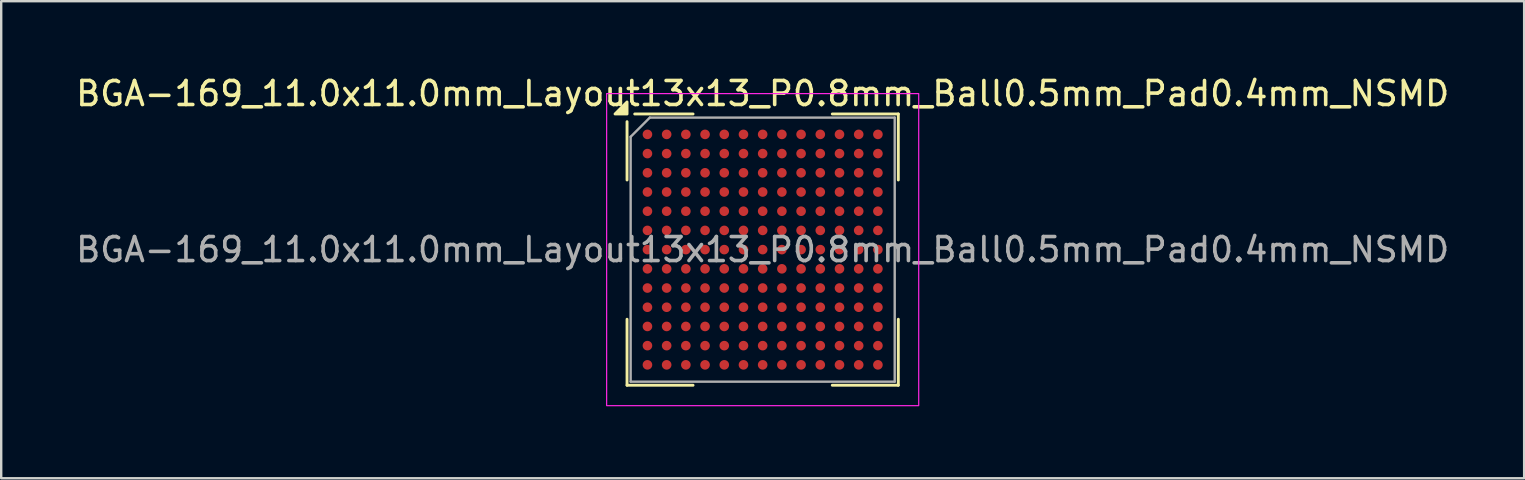
<source format=kicad_pcb>
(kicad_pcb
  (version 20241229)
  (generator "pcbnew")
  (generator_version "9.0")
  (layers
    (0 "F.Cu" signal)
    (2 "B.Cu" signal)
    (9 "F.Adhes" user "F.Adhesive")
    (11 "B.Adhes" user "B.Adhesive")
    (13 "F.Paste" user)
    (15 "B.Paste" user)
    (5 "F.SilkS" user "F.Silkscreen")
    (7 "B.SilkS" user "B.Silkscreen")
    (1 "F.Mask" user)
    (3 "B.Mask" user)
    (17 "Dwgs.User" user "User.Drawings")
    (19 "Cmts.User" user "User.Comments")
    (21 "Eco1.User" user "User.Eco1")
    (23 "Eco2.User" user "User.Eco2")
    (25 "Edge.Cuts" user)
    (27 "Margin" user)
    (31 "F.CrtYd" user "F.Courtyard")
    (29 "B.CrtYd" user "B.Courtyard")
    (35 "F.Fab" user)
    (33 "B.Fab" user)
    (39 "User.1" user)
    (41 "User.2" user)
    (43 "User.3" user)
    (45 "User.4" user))
  (footprint "BGA-169_11.0x11.0mm_Layout13x13_P0.8mm_Ball0.5mm_Pad0.4mm_NSMD"
    (layer "F.Cu")
    (at 28.72 7.348)
    (property "Reference" "BGA-169_11.0x11.0mm_Layout13x13_P0.8mm_Ball0.5mm_Pad0.4mm_NSMD" (at 0 -6.5 0) (layer "F.SilkS") (effects (font (size 1 1) (thickness 0.15))))
    (attr smd)
    (fp_line (start -5.65 -5.33) (end -5.65 -2.9) (stroke (width 0.12) (type solid)) (layer "F.SilkS"))
    (fp_line (start -5.65 5.65) (end -5.65 2.9) (stroke (width 0.12) (type solid)) (layer "F.SilkS"))
    (fp_line (start -2.9 -5.65) (end -5.33 -5.65) (stroke (width 0.12) (type solid)) (layer "F.SilkS"))
    (fp_line (start -2.9 5.65) (end -5.65 5.65) (stroke (width 0.12) (type solid)) (layer "F.SilkS"))
    (fp_line (start 2.9 -5.65) (end 5.65 -5.65) (stroke (width 0.12) (type solid)) (layer "F.SilkS"))
    (fp_line (start 2.9 5.65) (end 5.65 5.65) (stroke (width 0.12) (type solid)) (layer "F.SilkS"))
    (fp_line (start 5.65 -5.65) (end 5.65 -2.9) (stroke (width 0.12) (type solid)) (layer "F.SilkS"))
    (fp_line (start 5.65 5.65) (end 5.65 2.9) (stroke (width 0.12) (type solid)) (layer "F.SilkS"))
    (fp_poly (pts (xy -5.65 -5.65) (xy -6.15 -5.65) (xy -5.65 -6.15) (xy -5.65 -5.65)) (stroke (width 0.12) (type solid)) (fill yes) (layer "F.SilkS"))
    (fp_rect (start 6.5 6.5) (end -6.5 -6.5) (stroke (width 0.05) (type solid)) (fill no) (layer "F.CrtYd"))
    (fp_line (start -5.5 -4.7) (end -5.5 5.5) (stroke (width 0.1) (type solid)) (layer "F.Fab"))
    (fp_line (start -5.5 5.5) (end 5.5 5.5) (stroke (width 0.1) (type solid)) (layer "F.Fab"))
    (fp_line (start -4.7 -5.5) (end -5.5 -4.7) (stroke (width 0.1) (type solid)) (layer "F.Fab"))
    (fp_line (start 5.5 -5.5) (end -4.7 -5.5) (stroke (width 0.1) (type solid)) (layer "F.Fab"))
    (fp_line (start 5.5 5.5) (end 5.5 -5.5) (stroke (width 0.1) (type solid)) (layer "F.Fab"))
    (fp_text user "${REFERENCE}" (at 0 0 0) (layer "F.Fab") (effects (font (size 1 1) (thickness 0.15))))
    (pad "A1" smd circle (at -4.8 -4.8) (size 0.4 0.4) (property pad_prop_bga) (layers "F.Cu" "F.Mask" "F.Paste"))
    (pad "A2" smd circle (at -4 -4.8) (size 0.4 0.4) (property pad_prop_bga) (layers "F.Cu" "F.Mask" "F.Paste"))
    (pad "A3" smd circle (at -3.2 -4.8) (size 0.4 0.4) (property pad_prop_bga) (layers "F.Cu" "F.Mask" "F.Paste"))
    (pad "A4" smd circle (at -2.4 -4.8) (size 0.4 0.4) (property pad_prop_bga) (layers "F.Cu" "F.Mask" "F.Paste"))
    (pad "A5" smd circle (at -1.6 -4.8) (size 0.4 0.4) (property pad_prop_bga) (layers "F.Cu" "F.Mask" "F.Paste"))
    (pad "A6" smd circle (at -0.8 -4.8) (size 0.4 0.4) (property pad_prop_bga) (layers "F.Cu" "F.Mask" "F.Paste"))
    (pad "A7" smd circle (at 0 -4.8) (size 0.4 0.4) (property pad_prop_bga) (layers "F.Cu" "F.Mask" "F.Paste"))
    (pad "A8" smd circle (at 0.8 -4.8) (size 0.4 0.4) (property pad_prop_bga) (layers "F.Cu" "F.Mask" "F.Paste"))
    (pad "A9" smd circle (at 1.6 -4.8) (size 0.4 0.4) (property pad_prop_bga) (layers "F.Cu" "F.Mask" "F.Paste"))
    (pad "A10" smd circle (at 2.4 -4.8) (size 0.4 0.4) (property pad_prop_bga) (layers "F.Cu" "F.Mask" "F.Paste"))
    (pad "A11" smd circle (at 3.2 -4.8) (size 0.4 0.4) (property pad_prop_bga) (layers "F.Cu" "F.Mask" "F.Paste"))
    (pad "A12" smd circle (at 4 -4.8) (size 0.4 0.4) (property pad_prop_bga) (layers "F.Cu" "F.Mask" "F.Paste"))
    (pad "A13" smd circle (at 4.8 -4.8) (size 0.4 0.4) (property pad_prop_bga) (layers "F.Cu" "F.Mask" "F.Paste"))
    (pad "B1" smd circle (at -4.8 -4) (size 0.4 0.4) (property pad_prop_bga) (layers "F.Cu" "F.Mask" "F.Paste"))
    (pad "B2" smd circle (at -4 -4) (size 0.4 0.4) (property pad_prop_bga) (layers "F.Cu" "F.Mask" "F.Paste"))
    (pad "B3" smd circle (at -3.2 -4) (size 0.4 0.4) (property pad_prop_bga) (layers "F.Cu" "F.Mask" "F.Paste"))
    (pad "B4" smd circle (at -2.4 -4) (size 0.4 0.4) (property pad_prop_bga) (layers "F.Cu" "F.Mask" "F.Paste"))
    (pad "B5" smd circle (at -1.6 -4) (size 0.4 0.4) (property pad_prop_bga) (layers "F.Cu" "F.Mask" "F.Paste"))
    (pad "B6" smd circle (at -0.8 -4) (size 0.4 0.4) (property pad_prop_bga) (layers "F.Cu" "F.Mask" "F.Paste"))
    (pad "B7" smd circle (at 0 -4) (size 0.4 0.4) (property pad_prop_bga) (layers "F.Cu" "F.Mask" "F.Paste"))
    (pad "B8" smd circle (at 0.8 -4) (size 0.4 0.4) (property pad_prop_bga) (layers "F.Cu" "F.Mask" "F.Paste"))
    (pad "B9" smd circle (at 1.6 -4) (size 0.4 0.4) (property pad_prop_bga) (layers "F.Cu" "F.Mask" "F.Paste"))
    (pad "B10" smd circle (at 2.4 -4) (size 0.4 0.4) (property pad_prop_bga) (layers "F.Cu" "F.Mask" "F.Paste"))
    (pad "B11" smd circle (at 3.2 -4) (size 0.4 0.4) (property pad_prop_bga) (layers "F.Cu" "F.Mask" "F.Paste"))
    (pad "B12" smd circle (at 4 -4) (size 0.4 0.4) (property pad_prop_bga) (layers "F.Cu" "F.Mask" "F.Paste"))
    (pad "B13" smd circle (at 4.8 -4) (size 0.4 0.4) (property pad_prop_bga) (layers "F.Cu" "F.Mask" "F.Paste"))
    (pad "C1" smd circle (at -4.8 -3.2) (size 0.4 0.4) (property pad_prop_bga) (layers "F.Cu" "F.Mask" "F.Paste"))
    (pad "C2" smd circle (at -4 -3.2) (size 0.4 0.4) (property pad_prop_bga) (layers "F.Cu" "F.Mask" "F.Paste"))
    (pad "C3" smd circle (at -3.2 -3.2) (size 0.4 0.4) (property pad_prop_bga) (layers "F.Cu" "F.Mask" "F.Paste"))
    (pad "C4" smd circle (at -2.4 -3.2) (size 0.4 0.4) (property pad_prop_bga) (layers "F.Cu" "F.Mask" "F.Paste"))
    (pad "C5" smd circle (at -1.6 -3.2) (size 0.4 0.4) (property pad_prop_bga) (layers "F.Cu" "F.Mask" "F.Paste"))
    (pad "C6" smd circle (at -0.8 -3.2) (size 0.4 0.4) (property pad_prop_bga) (layers "F.Cu" "F.Mask" "F.Paste"))
    (pad "C7" smd circle (at 0 -3.2) (size 0.4 0.4) (property pad_prop_bga) (layers "F.Cu" "F.Mask" "F.Paste"))
    (pad "C8" smd circle (at 0.8 -3.2) (size 0.4 0.4) (property pad_prop_bga) (layers "F.Cu" "F.Mask" "F.Paste"))
    (pad "C9" smd circle (at 1.6 -3.2) (size 0.4 0.4) (property pad_prop_bga) (layers "F.Cu" "F.Mask" "F.Paste"))
    (pad "C10" smd circle (at 2.4 -3.2) (size 0.4 0.4) (property pad_prop_bga) (layers "F.Cu" "F.Mask" "F.Paste"))
    (pad "C11" smd circle (at 3.2 -3.2) (size 0.4 0.4) (property pad_prop_bga) (layers "F.Cu" "F.Mask" "F.Paste"))
    (pad "C12" smd circle (at 4 -3.2) (size 0.4 0.4) (property pad_prop_bga) (layers "F.Cu" "F.Mask" "F.Paste"))
    (pad "C13" smd circle (at 4.8 -3.2) (size 0.4 0.4) (property pad_prop_bga) (layers "F.Cu" "F.Mask" "F.Paste"))
    (pad "D1" smd circle (at -4.8 -2.4) (size 0.4 0.4) (property pad_prop_bga) (layers "F.Cu" "F.Mask" "F.Paste"))
    (pad "D2" smd circle (at -4 -2.4) (size 0.4 0.4) (property pad_prop_bga) (layers "F.Cu" "F.Mask" "F.Paste"))
    (pad "D3" smd circle (at -3.2 -2.4) (size 0.4 0.4) (property pad_prop_bga) (layers "F.Cu" "F.Mask" "F.Paste"))
    (pad "D4" smd circle (at -2.4 -2.4) (size 0.4 0.4) (property pad_prop_bga) (layers "F.Cu" "F.Mask" "F.Paste"))
    (pad "D5" smd circle (at -1.6 -2.4) (size 0.4 0.4) (property pad_prop_bga) (layers "F.Cu" "F.Mask" "F.Paste"))
    (pad "D6" smd circle (at -0.8 -2.4) (size 0.4 0.4) (property pad_prop_bga) (layers "F.Cu" "F.Mask" "F.Paste"))
    (pad "D7" smd circle (at 0 -2.4) (size 0.4 0.4) (property pad_prop_bga) (layers "F.Cu" "F.Mask" "F.Paste"))
    (pad "D8" smd circle (at 0.8 -2.4) (size 0.4 0.4) (property pad_prop_bga) (layers "F.Cu" "F.Mask" "F.Paste"))
    (pad "D9" smd circle (at 1.6 -2.4) (size 0.4 0.4) (property pad_prop_bga) (layers "F.Cu" "F.Mask" "F.Paste"))
    (pad "D10" smd circle (at 2.4 -2.4) (size 0.4 0.4) (property pad_prop_bga) (layers "F.Cu" "F.Mask" "F.Paste"))
    (pad "D11" smd circle (at 3.2 -2.4) (size 0.4 0.4) (property pad_prop_bga) (layers "F.Cu" "F.Mask" "F.Paste"))
    (pad "D12" smd circle (at 4 -2.4) (size 0.4 0.4) (property pad_prop_bga) (layers "F.Cu" "F.Mask" "F.Paste"))
    (pad "D13" smd circle (at 4.8 -2.4) (size 0.4 0.4) (property pad_prop_bga) (layers "F.Cu" "F.Mask" "F.Paste"))
    (pad "E1" smd circle (at -4.8 -1.6) (size 0.4 0.4) (property pad_prop_bga) (layers "F.Cu" "F.Mask" "F.Paste"))
    (pad "E2" smd circle (at -4 -1.6) (size 0.4 0.4) (property pad_prop_bga) (layers "F.Cu" "F.Mask" "F.Paste"))
    (pad "E3" smd circle (at -3.2 -1.6) (size 0.4 0.4) (property pad_prop_bga) (layers "F.Cu" "F.Mask" "F.Paste"))
    (pad "E4" smd circle (at -2.4 -1.6) (size 0.4 0.4) (property pad_prop_bga) (layers "F.Cu" "F.Mask" "F.Paste"))
    (pad "E5" smd circle (at -1.6 -1.6) (size 0.4 0.4) (property pad_prop_bga) (layers "F.Cu" "F.Mask" "F.Paste"))
    (pad "E6" smd circle (at -0.8 -1.6) (size 0.4 0.4) (property pad_prop_bga) (layers "F.Cu" "F.Mask" "F.Paste"))
    (pad "E7" smd circle (at 0 -1.6) (size 0.4 0.4) (property pad_prop_bga) (layers "F.Cu" "F.Mask" "F.Paste"))
    (pad "E8" smd circle (at 0.8 -1.6) (size 0.4 0.4) (property pad_prop_bga) (layers "F.Cu" "F.Mask" "F.Paste"))
    (pad "E9" smd circle (at 1.6 -1.6) (size 0.4 0.4) (property pad_prop_bga) (layers "F.Cu" "F.Mask" "F.Paste"))
    (pad "E10" smd circle (at 2.4 -1.6) (size 0.4 0.4) (property pad_prop_bga) (layers "F.Cu" "F.Mask" "F.Paste"))
    (pad "E11" smd circle (at 3.2 -1.6) (size 0.4 0.4) (property pad_prop_bga) (layers "F.Cu" "F.Mask" "F.Paste"))
    (pad "E12" smd circle (at 4 -1.6) (size 0.4 0.4) (property pad_prop_bga) (layers "F.Cu" "F.Mask" "F.Paste"))
    (pad "E13" smd circle (at 4.8 -1.6) (size 0.4 0.4) (property pad_prop_bga) (layers "F.Cu" "F.Mask" "F.Paste"))
    (pad "F1" smd circle (at -4.8 -0.8) (size 0.4 0.4) (property pad_prop_bga) (layers "F.Cu" "F.Mask" "F.Paste"))
    (pad "F2" smd circle (at -4 -0.8) (size 0.4 0.4) (property pad_prop_bga) (layers "F.Cu" "F.Mask" "F.Paste"))
    (pad "F3" smd circle (at -3.2 -0.8) (size 0.4 0.4) (property pad_prop_bga) (layers "F.Cu" "F.Mask" "F.Paste"))
    (pad "F4" smd circle (at -2.4 -0.8) (size 0.4 0.4) (property pad_prop_bga) (layers "F.Cu" "F.Mask" "F.Paste"))
    (pad "F5" smd circle (at -1.6 -0.8) (size 0.4 0.4) (property pad_prop_bga) (layers "F.Cu" "F.Mask" "F.Paste"))
    (pad "F6" smd circle (at -0.8 -0.8) (size 0.4 0.4) (property pad_prop_bga) (layers "F.Cu" "F.Mask" "F.Paste"))
    (pad "F7" smd circle (at 0 -0.8) (size 0.4 0.4) (property pad_prop_bga) (layers "F.Cu" "F.Mask" "F.Paste"))
    (pad "F8" smd circle (at 0.8 -0.8) (size 0.4 0.4) (property pad_prop_bga) (layers "F.Cu" "F.Mask" "F.Paste"))
    (pad "F9" smd circle (at 1.6 -0.8) (size 0.4 0.4) (property pad_prop_bga) (layers "F.Cu" "F.Mask" "F.Paste"))
    (pad "F10" smd circle (at 2.4 -0.8) (size 0.4 0.4) (property pad_prop_bga) (layers "F.Cu" "F.Mask" "F.Paste"))
    (pad "F11" smd circle (at 3.2 -0.8) (size 0.4 0.4) (property pad_prop_bga) (layers "F.Cu" "F.Mask" "F.Paste"))
    (pad "F12" smd circle (at 4 -0.8) (size 0.4 0.4) (property pad_prop_bga) (layers "F.Cu" "F.Mask" "F.Paste"))
    (pad "F13" smd circle (at 4.8 -0.8) (size 0.4 0.4) (property pad_prop_bga) (layers "F.Cu" "F.Mask" "F.Paste"))
    (pad "G1" smd circle (at -4.8 0) (size 0.4 0.4) (property pad_prop_bga) (layers "F.Cu" "F.Mask" "F.Paste"))
    (pad "G2" smd circle (at -4 0) (size 0.4 0.4) (property pad_prop_bga) (layers "F.Cu" "F.Mask" "F.Paste"))
    (pad "G3" smd circle (at -3.2 0) (size 0.4 0.4) (property pad_prop_bga) (layers "F.Cu" "F.Mask" "F.Paste"))
    (pad "G4" smd circle (at -2.4 0) (size 0.4 0.4) (property pad_prop_bga) (layers "F.Cu" "F.Mask" "F.Paste"))
    (pad "G5" smd circle (at -1.6 0) (size 0.4 0.4) (property pad_prop_bga) (layers "F.Cu" "F.Mask" "F.Paste"))
    (pad "G6" smd circle (at -0.8 0) (size 0.4 0.4) (property pad_prop_bga) (layers "F.Cu" "F.Mask" "F.Paste"))
    (pad "G7" smd circle (at 0 0) (size 0.4 0.4) (property pad_prop_bga) (layers "F.Cu" "F.Mask" "F.Paste"))
    (pad "G8" smd circle (at 0.8 0) (size 0.4 0.4) (property pad_prop_bga) (layers "F.Cu" "F.Mask" "F.Paste"))
    (pad "G9" smd circle (at 1.6 0) (size 0.4 0.4) (property pad_prop_bga) (layers "F.Cu" "F.Mask" "F.Paste"))
    (pad "G10" smd circle (at 2.4 0) (size 0.4 0.4) (property pad_prop_bga) (layers "F.Cu" "F.Mask" "F.Paste"))
    (pad "G11" smd circle (at 3.2 0) (size 0.4 0.4) (property pad_prop_bga) (layers "F.Cu" "F.Mask" "F.Paste"))
    (pad "G12" smd circle (at 4 0) (size 0.4 0.4) (property pad_prop_bga) (layers "F.Cu" "F.Mask" "F.Paste"))
    (pad "G13" smd circle (at 4.8 0) (size 0.4 0.4) (property pad_prop_bga) (layers "F.Cu" "F.Mask" "F.Paste"))
    (pad "H1" smd circle (at -4.8 0.8) (size 0.4 0.4) (property pad_prop_bga) (layers "F.Cu" "F.Mask" "F.Paste"))
    (pad "H2" smd circle (at -4 0.8) (size 0.4 0.4) (property pad_prop_bga) (layers "F.Cu" "F.Mask" "F.Paste"))
    (pad "H3" smd circle (at -3.2 0.8) (size 0.4 0.4) (property pad_prop_bga) (layers "F.Cu" "F.Mask" "F.Paste"))
    (pad "H4" smd circle (at -2.4 0.8) (size 0.4 0.4) (property pad_prop_bga) (layers "F.Cu" "F.Mask" "F.Paste"))
    (pad "H5" smd circle (at -1.6 0.8) (size 0.4 0.4) (property pad_prop_bga) (layers "F.Cu" "F.Mask" "F.Paste"))
    (pad "H6" smd circle (at -0.8 0.8) (size 0.4 0.4) (property pad_prop_bga) (layers "F.Cu" "F.Mask" "F.Paste"))
    (pad "H7" smd circle (at 0 0.8) (size 0.4 0.4) (property pad_prop_bga) (layers "F.Cu" "F.Mask" "F.Paste"))
    (pad "H8" smd circle (at 0.8 0.8) (size 0.4 0.4) (property pad_prop_bga) (layers "F.Cu" "F.Mask" "F.Paste"))
    (pad "H9" smd circle (at 1.6 0.8) (size 0.4 0.4) (property pad_prop_bga) (layers "F.Cu" "F.Mask" "F.Paste"))
    (pad "H10" smd circle (at 2.4 0.8) (size 0.4 0.4) (property pad_prop_bga) (layers "F.Cu" "F.Mask" "F.Paste"))
    (pad "H11" smd circle (at 3.2 0.8) (size 0.4 0.4) (property pad_prop_bga) (layers "F.Cu" "F.Mask" "F.Paste"))
    (pad "H12" smd circle (at 4 0.8) (size 0.4 0.4) (property pad_prop_bga) (layers "F.Cu" "F.Mask" "F.Paste"))
    (pad "H13" smd circle (at 4.8 0.8) (size 0.4 0.4) (property pad_prop_bga) (layers "F.Cu" "F.Mask" "F.Paste"))
    (pad "J1" smd circle (at -4.8 1.6) (size 0.4 0.4) (property pad_prop_bga) (layers "F.Cu" "F.Mask" "F.Paste"))
    (pad "J2" smd circle (at -4 1.6) (size 0.4 0.4) (property pad_prop_bga) (layers "F.Cu" "F.Mask" "F.Paste"))
    (pad "J3" smd circle (at -3.2 1.6) (size 0.4 0.4) (property pad_prop_bga) (layers "F.Cu" "F.Mask" "F.Paste"))
    (pad "J4" smd circle (at -2.4 1.6) (size 0.4 0.4) (property pad_prop_bga) (layers "F.Cu" "F.Mask" "F.Paste"))
    (pad "J5" smd circle (at -1.6 1.6) (size 0.4 0.4) (property pad_prop_bga) (layers "F.Cu" "F.Mask" "F.Paste"))
    (pad "J6" smd circle (at -0.8 1.6) (size 0.4 0.4) (property pad_prop_bga) (layers "F.Cu" "F.Mask" "F.Paste"))
    (pad "J7" smd circle (at 0 1.6) (size 0.4 0.4) (property pad_prop_bga) (layers "F.Cu" "F.Mask" "F.Paste"))
    (pad "J8" smd circle (at 0.8 1.6) (size 0.4 0.4) (property pad_prop_bga) (layers "F.Cu" "F.Mask" "F.Paste"))
    (pad "J9" smd circle (at 1.6 1.6) (size 0.4 0.4) (property pad_prop_bga) (layers "F.Cu" "F.Mask" "F.Paste"))
    (pad "J10" smd circle (at 2.4 1.6) (size 0.4 0.4) (property pad_prop_bga) (layers "F.Cu" "F.Mask" "F.Paste"))
    (pad "J11" smd circle (at 3.2 1.6) (size 0.4 0.4) (property pad_prop_bga) (layers "F.Cu" "F.Mask" "F.Paste"))
    (pad "J12" smd circle (at 4 1.6) (size 0.4 0.4) (property pad_prop_bga) (layers "F.Cu" "F.Mask" "F.Paste"))
    (pad "J13" smd circle (at 4.8 1.6) (size 0.4 0.4) (property pad_prop_bga) (layers "F.Cu" "F.Mask" "F.Paste"))
    (pad "K1" smd circle (at -4.8 2.4) (size 0.4 0.4) (property pad_prop_bga) (layers "F.Cu" "F.Mask" "F.Paste"))
    (pad "K2" smd circle (at -4 2.4) (size 0.4 0.4) (property pad_prop_bga) (layers "F.Cu" "F.Mask" "F.Paste"))
    (pad "K3" smd circle (at -3.2 2.4) (size 0.4 0.4) (property pad_prop_bga) (layers "F.Cu" "F.Mask" "F.Paste"))
    (pad "K4" smd circle (at -2.4 2.4) (size 0.4 0.4) (property pad_prop_bga) (layers "F.Cu" "F.Mask" "F.Paste"))
    (pad "K5" smd circle (at -1.6 2.4) (size 0.4 0.4) (property pad_prop_bga) (layers "F.Cu" "F.Mask" "F.Paste"))
    (pad "K6" smd circle (at -0.8 2.4) (size 0.4 0.4) (property pad_prop_bga) (layers "F.Cu" "F.Mask" "F.Paste"))
    (pad "K7" smd circle (at 0 2.4) (size 0.4 0.4) (property pad_prop_bga) (layers "F.Cu" "F.Mask" "F.Paste"))
    (pad "K8" smd circle (at 0.8 2.4) (size 0.4 0.4) (property pad_prop_bga) (layers "F.Cu" "F.Mask" "F.Paste"))
    (pad "K9" smd circle (at 1.6 2.4) (size 0.4 0.4) (property pad_prop_bga) (layers "F.Cu" "F.Mask" "F.Paste"))
    (pad "K10" smd circle (at 2.4 2.4) (size 0.4 0.4) (property pad_prop_bga) (layers "F.Cu" "F.Mask" "F.Paste"))
    (pad "K11" smd circle (at 3.2 2.4) (size 0.4 0.4) (property pad_prop_bga) (layers "F.Cu" "F.Mask" "F.Paste"))
    (pad "K12" smd circle (at 4 2.4) (size 0.4 0.4) (property pad_prop_bga) (layers "F.Cu" "F.Mask" "F.Paste"))
    (pad "K13" smd circle (at 4.8 2.4) (size 0.4 0.4) (property pad_prop_bga) (layers "F.Cu" "F.Mask" "F.Paste"))
    (pad "L1" smd circle (at -4.8 3.2) (size 0.4 0.4) (property pad_prop_bga) (layers "F.Cu" "F.Mask" "F.Paste"))
    (pad "L2" smd circle (at -4 3.2) (size 0.4 0.4) (property pad_prop_bga) (layers "F.Cu" "F.Mask" "F.Paste"))
    (pad "L3" smd circle (at -3.2 3.2) (size 0.4 0.4) (property pad_prop_bga) (layers "F.Cu" "F.Mask" "F.Paste"))
    (pad "L4" smd circle (at -2.4 3.2) (size 0.4 0.4) (property pad_prop_bga) (layers "F.Cu" "F.Mask" "F.Paste"))
    (pad "L5" smd circle (at -1.6 3.2) (size 0.4 0.4) (property pad_prop_bga) (layers "F.Cu" "F.Mask" "F.Paste"))
    (pad "L6" smd circle (at -0.8 3.2) (size 0.4 0.4) (property pad_prop_bga) (layers "F.Cu" "F.Mask" "F.Paste"))
    (pad "L7" smd circle (at 0 3.2) (size 0.4 0.4) (property pad_prop_bga) (layers "F.Cu" "F.Mask" "F.Paste"))
    (pad "L8" smd circle (at 0.8 3.2) (size 0.4 0.4) (property pad_prop_bga) (layers "F.Cu" "F.Mask" "F.Paste"))
    (pad "L9" smd circle (at 1.6 3.2) (size 0.4 0.4) (property pad_prop_bga) (layers "F.Cu" "F.Mask" "F.Paste"))
    (pad "L10" smd circle (at 2.4 3.2) (size 0.4 0.4) (property pad_prop_bga) (layers "F.Cu" "F.Mask" "F.Paste"))
    (pad "L11" smd circle (at 3.2 3.2) (size 0.4 0.4) (property pad_prop_bga) (layers "F.Cu" "F.Mask" "F.Paste"))
    (pad "L12" smd circle (at 4 3.2) (size 0.4 0.4) (property pad_prop_bga) (layers "F.Cu" "F.Mask" "F.Paste"))
    (pad "L13" smd circle (at 4.8 3.2) (size 0.4 0.4) (property pad_prop_bga) (layers "F.Cu" "F.Mask" "F.Paste"))
    (pad "M1" smd circle (at -4.8 4) (size 0.4 0.4) (property pad_prop_bga) (layers "F.Cu" "F.Mask" "F.Paste"))
    (pad "M2" smd circle (at -4 4) (size 0.4 0.4) (property pad_prop_bga) (layers "F.Cu" "F.Mask" "F.Paste"))
    (pad "M3" smd circle (at -3.2 4) (size 0.4 0.4) (property pad_prop_bga) (layers "F.Cu" "F.Mask" "F.Paste"))
    (pad "M4" smd circle (at -2.4 4) (size 0.4 0.4) (property pad_prop_bga) (layers "F.Cu" "F.Mask" "F.Paste"))
    (pad "M5" smd circle (at -1.6 4) (size 0.4 0.4) (property pad_prop_bga) (layers "F.Cu" "F.Mask" "F.Paste"))
    (pad "M6" smd circle (at -0.8 4) (size 0.4 0.4) (property pad_prop_bga) (layers "F.Cu" "F.Mask" "F.Paste"))
    (pad "M7" smd circle (at 0 4) (size 0.4 0.4) (property pad_prop_bga) (layers "F.Cu" "F.Mask" "F.Paste"))
    (pad "M8" smd circle (at 0.8 4) (size 0.4 0.4) (property pad_prop_bga) (layers "F.Cu" "F.Mask" "F.Paste"))
    (pad "M9" smd circle (at 1.6 4) (size 0.4 0.4) (property pad_prop_bga) (layers "F.Cu" "F.Mask" "F.Paste"))
    (pad "M10" smd circle (at 2.4 4) (size 0.4 0.4) (property pad_prop_bga) (layers "F.Cu" "F.Mask" "F.Paste"))
    (pad "M11" smd circle (at 3.2 4) (size 0.4 0.4) (property pad_prop_bga) (layers "F.Cu" "F.Mask" "F.Paste"))
    (pad "M12" smd circle (at 4 4) (size 0.4 0.4) (property pad_prop_bga) (layers "F.Cu" "F.Mask" "F.Paste"))
    (pad "M13" smd circle (at 4.8 4) (size 0.4 0.4) (property pad_prop_bga) (layers "F.Cu" "F.Mask" "F.Paste"))
    (pad "N1" smd circle (at -4.8 4.8) (size 0.4 0.4) (property pad_prop_bga) (layers "F.Cu" "F.Mask" "F.Paste"))
    (pad "N2" smd circle (at -4 4.8) (size 0.4 0.4) (property pad_prop_bga) (layers "F.Cu" "F.Mask" "F.Paste"))
    (pad "N3" smd circle (at -3.2 4.8) (size 0.4 0.4) (property pad_prop_bga) (layers "F.Cu" "F.Mask" "F.Paste"))
    (pad "N4" smd circle (at -2.4 4.8) (size 0.4 0.4) (property pad_prop_bga) (layers "F.Cu" "F.Mask" "F.Paste"))
    (pad "N5" smd circle (at -1.6 4.8) (size 0.4 0.4) (property pad_prop_bga) (layers "F.Cu" "F.Mask" "F.Paste"))
    (pad "N6" smd circle (at -0.8 4.8) (size 0.4 0.4) (property pad_prop_bga) (layers "F.Cu" "F.Mask" "F.Paste"))
    (pad "N7" smd circle (at 0 4.8) (size 0.4 0.4) (property pad_prop_bga) (layers "F.Cu" "F.Mask" "F.Paste"))
    (pad "N8" smd circle (at 0.8 4.8) (size 0.4 0.4) (property pad_prop_bga) (layers "F.Cu" "F.Mask" "F.Paste"))
    (pad "N9" smd circle (at 1.6 4.8) (size 0.4 0.4) (property pad_prop_bga) (layers "F.Cu" "F.Mask" "F.Paste"))
    (pad "N10" smd circle (at 2.4 4.8) (size 0.4 0.4) (property pad_prop_bga) (layers "F.Cu" "F.Mask" "F.Paste"))
    (pad "N11" smd circle (at 3.2 4.8) (size 0.4 0.4) (property pad_prop_bga) (layers "F.Cu" "F.Mask" "F.Paste"))
    (pad "N12" smd circle (at 4 4.8) (size 0.4 0.4) (property pad_prop_bga) (layers "F.Cu" "F.Mask" "F.Paste"))
    (pad "N13" smd circle (at 4.8 4.8) (size 0.4 0.4) (property pad_prop_bga) (layers "F.Cu" "F.Mask" "F.Paste")))
  (gr_rect
    (start -3 -3)
    (end 60.44 16.873)
    (stroke (width 0.1) (type default))
    (fill no)
    (layer "Edge.Cuts")))
</source>
